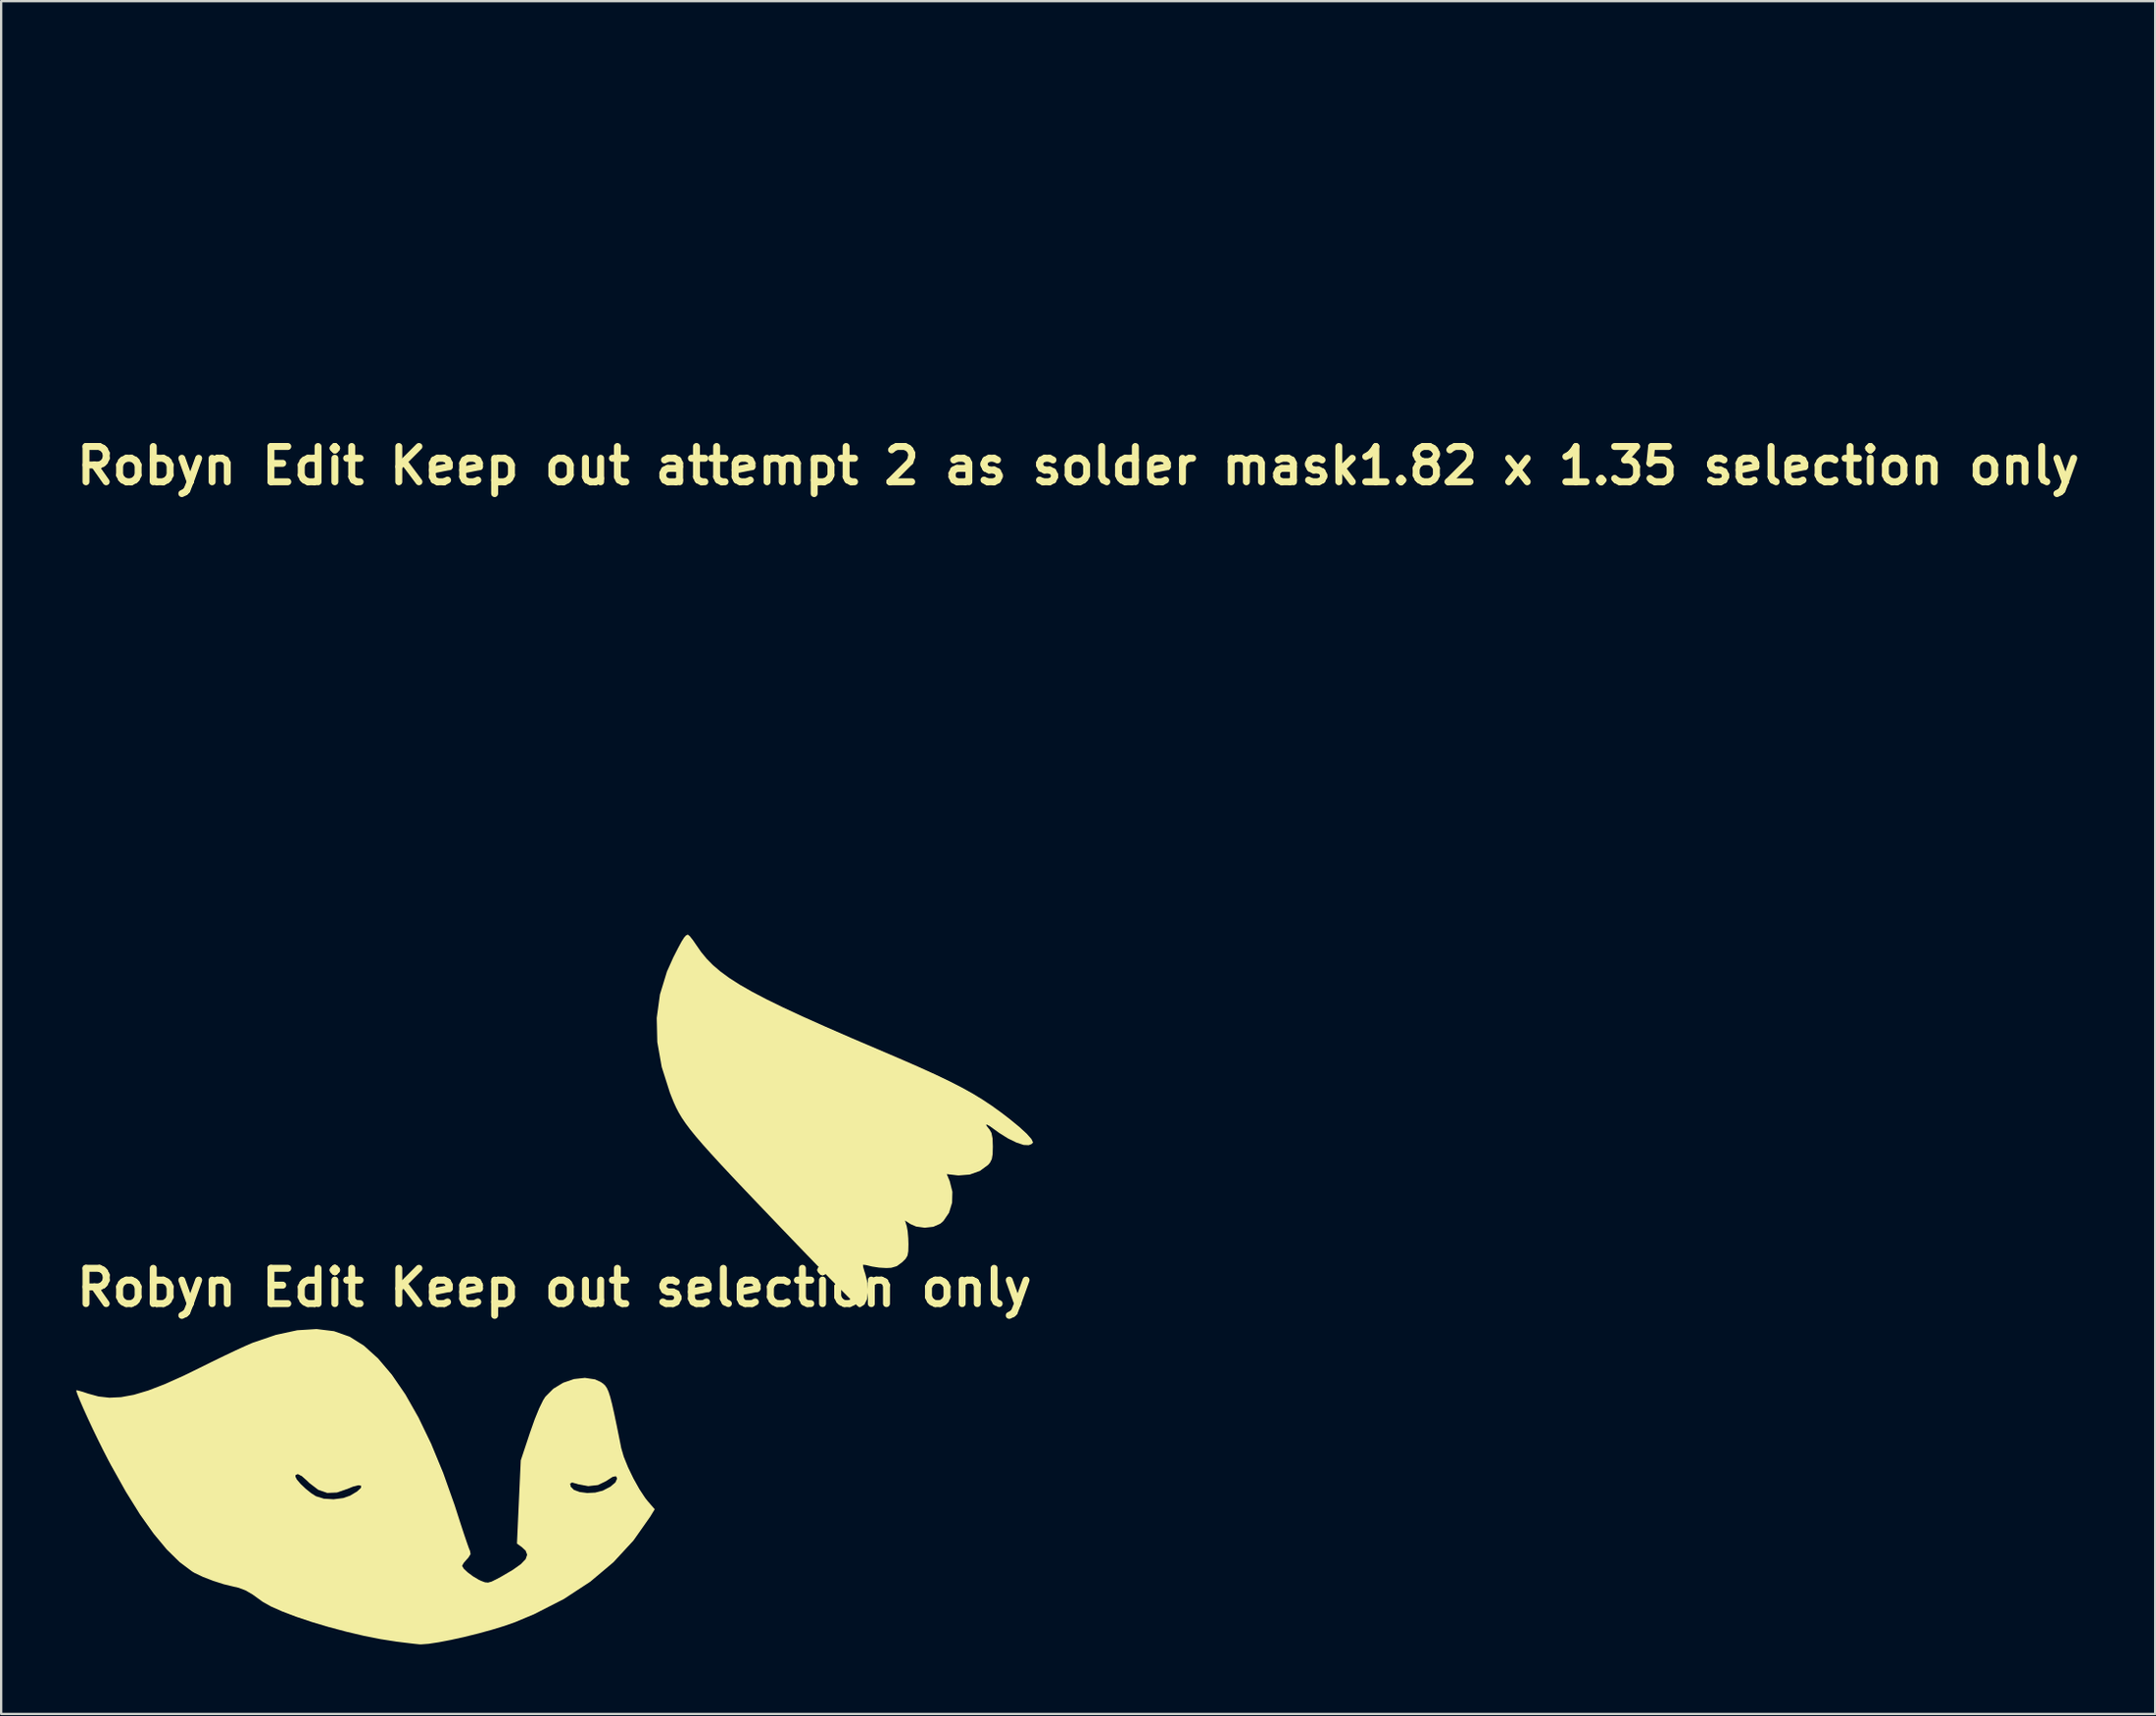
<source format=kicad_pcb>
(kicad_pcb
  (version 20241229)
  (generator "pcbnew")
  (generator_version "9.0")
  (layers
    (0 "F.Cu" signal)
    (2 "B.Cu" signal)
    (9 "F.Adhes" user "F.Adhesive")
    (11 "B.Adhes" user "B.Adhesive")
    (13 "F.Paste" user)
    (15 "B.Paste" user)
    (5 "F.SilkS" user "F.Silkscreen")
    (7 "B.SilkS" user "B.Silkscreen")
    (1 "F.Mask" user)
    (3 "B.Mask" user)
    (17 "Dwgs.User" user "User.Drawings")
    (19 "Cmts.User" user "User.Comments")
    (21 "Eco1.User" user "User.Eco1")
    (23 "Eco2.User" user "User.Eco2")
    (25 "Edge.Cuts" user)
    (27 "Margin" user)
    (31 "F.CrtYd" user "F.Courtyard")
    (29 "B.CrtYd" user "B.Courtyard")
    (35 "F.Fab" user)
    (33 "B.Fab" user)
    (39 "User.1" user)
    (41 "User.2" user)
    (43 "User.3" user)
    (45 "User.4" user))
  (footprint "Robyn Edit Keep out attempt 2 as solder mask1.82 x 1.35 selection only"
    (layer "F.Cu")
    (at 43.478 17.06)
    (property "Reference" "Robyn Edit Keep out attempt 2 as solder mask1.82 x 1.35 selection only" (at 0 0 0) (layer "F.SilkS") (effects (font (size 1.524 1.524) (thickness 0.3))))
    (attr board_only exclude_from_pos_files exclude_from_bom)
    (fp_poly (pts (xy 6.543 -16.986) (xy 6.695 -16.794) (xy 6.854 -16.562) (xy 7.09 -16.222) (xy 7.355 -15.9) (xy 7.662 -15.588) (xy 8.022 -15.279) (xy 8.447 -14.967) (xy 8.952 -14.644) (xy 9.547 -14.303) (xy 10.246 -13.937) (xy 11.061 -13.539) (xy 12.003 -13.101) (xy 13.087 -12.616) (xy 14.324 -12.077) (xy 15.609 -11.528) (xy 16.69 -11.065) (xy 17.615 -10.66) (xy 18.407 -10.3) (xy 19.088 -9.976) (xy 19.679 -9.674) (xy 20.202 -9.383) (xy 20.679 -9.093) (xy 21.131 -8.792) (xy 21.581 -8.467) (xy 21.963 -8.176) (xy 22.452 -7.778) (xy 22.817 -7.443) (xy 23.046 -7.184) (xy 23.125 -7.013) (xy 23.125 -7.012) (xy 23.046 -6.936) (xy 22.914 -6.885) (xy 22.67 -6.897) (xy 22.323 -7.012) (xy 21.917 -7.211) (xy 21.492 -7.475) (xy 21.301 -7.614) (xy 21.03 -7.809) (xy 20.881 -7.887) (xy 20.863 -7.848) (xy 20.982 -7.69) (xy 21.017 -7.651) (xy 21.116 -7.479) (xy 21.168 -7.21) (xy 21.182 -6.822) (xy 21.172 -6.454) (xy 21.132 -6.214) (xy 21.045 -6.041) (xy 20.955 -5.934) (xy 20.561 -5.641) (xy 20.065 -5.464) (xy 19.529 -5.423) (xy 19.429 -5.432) (xy 18.956 -5.488) (xy 19.098 -5.149) (xy 19.229 -4.633) (xy 19.215 -4.107) (xy 19.066 -3.62) (xy 18.793 -3.221) (xy 18.64 -3.087) (xy 18.306 -2.941) (xy 17.892 -2.896) (xy 17.479 -2.952) (xy 17.198 -3.074) (xy 16.939 -3.244) (xy 17.022 -2.972) (xy 17.068 -2.731) (xy 17.098 -2.385) (xy 17.106 -2.101) (xy 17.099 -1.762) (xy 17.059 -1.547) (xy 16.965 -1.388) (xy 16.798 -1.224) (xy 16.542 -1.038) (xy 16.272 -0.959) (xy 16.039 -0.948) (xy 15.684 -0.969) (xy 15.347 -1.02) (xy 15.265 -1.041) (xy 15.042 -1.095) (xy 14.916 -1.106) (xy 14.909 -1.103) (xy 14.919 -1.004) (xy 14.98 -0.789) (xy 15.021 -0.666) (xy 15.133 -0.22) (xy 15.159 0.2) (xy 15.105 0.558) (xy 14.978 0.818) (xy 14.785 0.942) (xy 14.725 0.948) (xy 14.642 0.881) (xy 14.442 0.692) (xy 14.14 0.394) (xy 13.749 0.001) (xy 13.284 -0.472) (xy 12.758 -1.011) (xy 12.187 -1.603) (xy 11.883 -1.919) (xy 10.886 -2.959) (xy 10.011 -3.873) (xy 9.25 -4.672) (xy 8.593 -5.366) (xy 8.031 -5.967) (xy 7.556 -6.486) (xy 7.158 -6.932) (xy 6.828 -7.317) (xy 6.557 -7.652) (xy 6.336 -7.947) (xy 6.156 -8.214) (xy 6.009 -8.462) (xy 5.884 -8.702) (xy 5.773 -8.946) (xy 5.667 -9.204) (xy 5.582 -9.422) (xy 5.186 -10.665) (xy 4.974 -11.867) (xy 4.945 -13.033) (xy 5.101 -14.168) (xy 5.44 -15.278) (xy 5.746 -15.958) (xy 5.982 -16.42) (xy 6.153 -16.736) (xy 6.277 -16.93) (xy 6.37 -17.03) (xy 6.448 -17.06) (xy 6.453 -17.06)) (stroke (width 0) (type solid)) (fill yes) (layer "F.Mask"))
    (fp_poly (pts (xy -10.643 2.104) (xy -9.891 2.369) (xy -9.881 2.374) (xy -9.197 2.805) (xy -8.518 3.418) (xy -7.85 4.206) (xy -7.196 5.161) (xy -6.561 6.275) (xy -5.951 7.542) (xy -5.368 8.954) (xy -4.819 10.503) (xy -4.691 10.899) (xy -4.518 11.439) (xy -4.359 11.923) (xy -4.224 12.32) (xy -4.125 12.598) (xy -4.074 12.721) (xy -4.046 12.875) (xy -4.156 13.053) (xy -4.219 13.119) (xy -4.377 13.301) (xy -4.453 13.435) (xy -4.454 13.445) (xy -4.379 13.577) (xy -4.186 13.759) (xy -3.926 13.952) (xy -3.647 14.118) (xy -3.529 14.173) (xy -3.351 14.24) (xy -3.202 14.254) (xy -3.028 14.205) (xy -2.776 14.08) (xy -2.569 13.967) (xy -2.007 13.638) (xy -1.615 13.359) (xy -1.386 13.119) (xy -1.312 12.908) (xy -1.384 12.712) (xy -1.566 12.542) (xy -1.805 12.367) (xy -1.673 9.465) (xy 0.764 9.465) (xy 0.789 9.612) (xy 0.943 9.77) (xy 1.226 9.876) (xy 1.588 9.923) (xy 1.973 9.904) (xy 2.329 9.812) (xy 2.345 9.806) (xy 2.711 9.616) (xy 2.95 9.412) (xy 3.033 9.226) (xy 2.98 9.112) (xy 2.817 9.143) (xy 2.54 9.32) (xy 2.51 9.343) (xy 2.11 9.537) (xy 1.635 9.591) (xy 1.145 9.499) (xy 1.1 9.482) (xy 0.861 9.417) (xy 0.764 9.465) (xy -1.673 9.465) (xy -1.622 8.348) (xy -1.175 7.005) (xy -0.949 6.365) (xy -0.734 5.834) (xy -0.542 5.441) (xy -0.435 5.272) (xy -0.05 4.885) (xy 0.427 4.595) (xy 0.951 4.415) (xy 1.478 4.356) (xy 1.964 4.431) (xy 2.234 4.554) (xy 2.35 4.632) (xy 2.448 4.722) (xy 2.534 4.847) (xy 2.616 5.026) (xy 2.699 5.28) (xy 2.79 5.631) (xy 2.895 6.098) (xy 3.022 6.703) (xy 3.176 7.467) (xy 3.233 7.755) (xy 3.355 8.172) (xy 3.561 8.68) (xy 3.822 9.221) (xy 4.107 9.734) (xy 4.387 10.161) (xy 4.503 10.307) (xy 4.849 10.71) (xy 4.633 11.065) (xy 3.822 12.22) (xy 2.856 13.269) (xy 1.734 14.211) (xy 0.456 15.049) (xy -0.979 15.782) (xy -1.894 16.164) (xy -2.406 16.344) (xy -3.008 16.529) (xy -3.663 16.709) (xy -4.334 16.876) (xy -4.984 17.021) (xy -5.576 17.136) (xy -6.073 17.212) (xy -6.437 17.24) (xy -6.51 17.239) (xy -6.674 17.222) (xy -6.976 17.187) (xy -7.367 17.139) (xy -7.636 17.105) (xy -8.39 16.987) (xy -9.206 16.825) (xy -10.052 16.626) (xy -10.898 16.4) (xy -11.715 16.156) (xy -12.472 15.903) (xy -13.14 15.651) (xy -13.688 15.408) (xy -14.086 15.183) (xy -14.158 15.131) (xy -14.578 14.828) (xy -14.923 14.629) (xy -15.248 14.505) (xy -15.499 14.447) (xy -15.965 14.334) (xy -16.482 14.169) (xy -16.979 13.976) (xy -17.385 13.782) (xy -17.495 13.718) (xy -18.103 13.26) (xy -18.722 12.652) (xy -19.358 11.887) (xy -20.016 10.958) (xy -20.7 9.858) (xy -21.11 9.127) (xy -12.51 9.127) (xy -12.44 9.271) (xy -12.26 9.481) (xy -12.013 9.716) (xy -11.745 9.932) (xy -11.515 10.079) (xy -11.132 10.198) (xy -10.666 10.228) (xy -10.199 10.169) (xy -9.87 10.053) (xy -9.528 9.849) (xy -9.35 9.683) (xy -9.328 9.576) (xy -9.459 9.547) (xy -9.736 9.617) (xy -9.966 9.714) (xy -10.499 9.9) (xy -10.969 9.92) (xy -11.405 9.768) (xy -11.84 9.436) (xy -11.945 9.332) (xy -12.2 9.106) (xy -12.391 9.01) (xy -12.496 9.052) (xy -12.51 9.127) (xy -21.11 9.127) (xy -21.416 8.581) (xy -21.557 8.315) (xy -21.792 7.86) (xy -22.04 7.359) (xy -22.29 6.84) (xy -22.527 6.333) (xy -22.74 5.866) (xy -22.914 5.467) (xy -23.036 5.166) (xy -23.094 4.991) (xy -23.094 4.96) (xy -22.997 4.973) (xy -22.773 5.037) (xy -22.529 5.119) (xy -22.021 5.259) (xy -21.496 5.318) (xy -20.934 5.293) (xy -20.314 5.179) (xy -19.617 4.97) (xy -18.822 4.664) (xy -17.909 4.253) (xy -17.149 3.883) (xy -16.55 3.586) (xy -15.962 3.301) (xy -15.422 3.045) (xy -14.968 2.836) (xy -14.635 2.69) (xy -14.567 2.662) (xy -13.444 2.279) (xy -12.418 2.059) (xy -11.485 2)) (stroke (width 0) (type solid)) (fill yes) (layer "F.Mask")))
  (footprint "Robyn Edit Keep out selection only"
    (layer "F.Cu")
    (at 20.872 52.54)
    (property "Reference" "Robyn Edit Keep out selection only" (at 0 0 0) (layer "F.SilkS") (effects (font (size 1.524 1.524) (thickness 0.3))))
    (attr board_only exclude_from_pos_files exclude_from_bom)
    (fp_poly (pts (xy 5.845 -15.174) (xy 5.981 -15.003) (xy 6.123 -14.796) (xy 6.334 -14.492) (xy 6.571 -14.204) (xy 6.844 -13.925) (xy 7.166 -13.65) (xy 7.546 -13.371) (xy 7.997 -13.082) (xy 8.529 -12.778) (xy 9.153 -12.451) (xy 9.881 -12.094) (xy 10.723 -11.703) (xy 11.691 -11.27) (xy 12.796 -10.789) (xy 13.944 -10.298) (xy 14.909 -9.885) (xy 15.736 -9.523) (xy 16.444 -9.202) (xy 17.052 -8.912) (xy 17.58 -8.642) (xy 18.047 -8.383) (xy 18.473 -8.123) (xy 18.877 -7.854) (xy 19.279 -7.564) (xy 19.62 -7.304) (xy 20.057 -6.948) (xy 20.383 -6.649) (xy 20.587 -6.418) (xy 20.659 -6.265) (xy 20.659 -6.264) (xy 20.588 -6.196) (xy 20.47 -6.151) (xy 20.252 -6.161) (xy 19.942 -6.264) (xy 19.579 -6.441) (xy 19.2 -6.678) (xy 19.029 -6.802) (xy 18.787 -6.976) (xy 18.654 -7.046) (xy 18.637 -7.011) (xy 18.744 -6.87) (xy 18.775 -6.835) (xy 18.863 -6.681) (xy 18.91 -6.441) (xy 18.923 -6.094) (xy 18.914 -5.765) (xy 18.878 -5.551) (xy 18.8 -5.396) (xy 18.72 -5.301) (xy 18.368 -5.04) (xy 17.925 -4.882) (xy 17.446 -4.845) (xy 17.357 -4.853) (xy 16.934 -4.903) (xy 17.061 -4.6) (xy 17.178 -4.138) (xy 17.165 -3.669) (xy 17.032 -3.234) (xy 16.789 -2.877) (xy 16.652 -2.758) (xy 16.353 -2.627) (xy 15.983 -2.587) (xy 15.614 -2.637) (xy 15.364 -2.746) (xy 15.132 -2.898) (xy 15.207 -2.655) (xy 15.247 -2.439) (xy 15.274 -2.131) (xy 15.282 -1.877) (xy 15.275 -1.575) (xy 15.24 -1.382) (xy 15.155 -1.24) (xy 15.006 -1.094) (xy 14.778 -0.927) (xy 14.536 -0.857) (xy 14.328 -0.847) (xy 14.011 -0.865) (xy 13.71 -0.912) (xy 13.636 -0.93) (xy 13.438 -0.978) (xy 13.325 -0.988) (xy 13.319 -0.985) (xy 13.327 -0.897) (xy 13.382 -0.704) (xy 13.419 -0.595) (xy 13.519 -0.196) (xy 13.542 0.179) (xy 13.494 0.499) (xy 13.381 0.73) (xy 13.208 0.842) (xy 13.155 0.847) (xy 13.08 0.787) (xy 12.902 0.618) (xy 12.632 0.352) (xy 12.282 0.001) (xy 11.867 -0.422) (xy 11.398 -0.903) (xy 10.887 -1.432) (xy 10.615 -1.714) (xy 9.724 -2.643) (xy 8.943 -3.46) (xy 8.263 -4.173) (xy 7.676 -4.794) (xy 7.174 -5.331) (xy 6.75 -5.794) (xy 6.394 -6.193) (xy 6.099 -6.537) (xy 5.857 -6.836) (xy 5.66 -7.1) (xy 5.5 -7.337) (xy 5.368 -7.559) (xy 5.256 -7.774) (xy 5.157 -7.992) (xy 5.063 -8.223) (xy 4.987 -8.417) (xy 4.633 -9.528) (xy 4.443 -10.602) (xy 4.418 -11.643) (xy 4.557 -12.657) (xy 4.86 -13.648) (xy 5.133 -14.256) (xy 5.344 -14.669) (xy 5.497 -14.951) (xy 5.608 -15.125) (xy 5.691 -15.213) (xy 5.76 -15.24) (xy 5.765 -15.24)) (stroke (width 0) (type solid)) (fill yes) (layer "F.SilkS"))
    (fp_poly (pts (xy -9.508 1.879) (xy -8.836 2.116) (xy -8.827 2.12) (xy -8.216 2.506) (xy -7.61 3.053) (xy -7.012 3.757) (xy -6.428 4.61) (xy -5.862 5.606) (xy -5.316 6.738) (xy -4.796 7.999) (xy -4.305 9.383) (xy -4.191 9.737) (xy -4.036 10.219) (xy -3.894 10.651) (xy -3.773 11.006) (xy -3.685 11.254) (xy -3.639 11.364) (xy -3.614 11.502) (xy -3.713 11.661) (xy -3.769 11.72) (xy -3.91 11.882) (xy -3.978 12.002) (xy -3.979 12.011) (xy -3.912 12.129) (xy -3.74 12.291) (xy -3.507 12.464) (xy -3.258 12.612) (xy -3.153 12.661) (xy -2.993 12.721) (xy -2.86 12.733) (xy -2.705 12.689) (xy -2.48 12.578) (xy -2.295 12.477) (xy -1.793 12.183) (xy -1.443 11.934) (xy -1.238 11.72) (xy -1.172 11.531) (xy -1.237 11.356) (xy -1.399 11.204) (xy -1.613 11.048) (xy -1.531 9.253) (xy -1.495 8.455) (xy 0.683 8.455) (xy 0.705 8.587) (xy 0.842 8.728) (xy 1.095 8.823) (xy 1.418 8.864) (xy 1.763 8.847) (xy 2.081 8.766) (xy 2.095 8.76) (xy 2.422 8.59) (xy 2.635 8.408) (xy 2.709 8.242) (xy 2.662 8.14) (xy 2.517 8.168) (xy 2.269 8.326) (xy 2.242 8.347) (xy 1.885 8.52) (xy 1.461 8.568) (xy 1.023 8.485) (xy 0.983 8.471) (xy 0.769 8.412) (xy 0.683 8.455) (xy -1.495 8.455) (xy -1.449 7.458) (xy -1.05 6.258) (xy -0.848 5.686) (xy -0.655 5.211) (xy -0.484 4.86) (xy -0.388 4.709) (xy -0.044 4.364) (xy 0.381 4.105) (xy 0.849 3.944) (xy 1.32 3.892) (xy 1.755 3.958) (xy 1.996 4.068) (xy 2.099 4.138) (xy 2.187 4.219) (xy 2.264 4.33) (xy 2.337 4.49) (xy 2.411 4.717) (xy 2.492 5.03) (xy 2.586 5.448) (xy 2.699 5.988) (xy 2.837 6.67) (xy 2.888 6.928) (xy 2.997 7.3) (xy 3.181 7.754) (xy 3.414 8.238) (xy 3.669 8.696) (xy 3.919 9.077) (xy 4.023 9.208) (xy 4.332 9.568) (xy 4.139 9.885) (xy 3.414 10.917) (xy 2.551 11.853) (xy 1.549 12.696) (xy 0.407 13.444) (xy -0.875 14.099) (xy -1.692 14.44) (xy -2.149 14.601) (xy -2.687 14.766) (xy -3.272 14.927) (xy -3.872 15.076) (xy -4.452 15.206) (xy -4.981 15.308) (xy -5.425 15.376) (xy -5.75 15.401) (xy -5.816 15.4) (xy -5.962 15.385) (xy -6.232 15.354) (xy -6.581 15.311) (xy -6.821 15.281) (xy -7.495 15.175) (xy -8.224 15.03) (xy -8.979 14.852) (xy -9.736 14.65) (xy -10.465 14.433) (xy -11.142 14.207) (xy -11.738 13.981) (xy -12.228 13.764) (xy -12.584 13.564) (xy -12.648 13.517) (xy -13.023 13.246) (xy -13.331 13.068) (xy -13.621 12.958) (xy -13.846 12.906) (xy -14.262 12.805) (xy -14.724 12.657) (xy -15.168 12.485) (xy -15.531 12.312) (xy -15.628 12.254) (xy -16.172 11.846) (xy -16.725 11.303) (xy -17.293 10.619) (xy -17.881 9.789) (xy -18.492 8.807) (xy -18.858 8.153) (xy -11.176 8.153) (xy -11.113 8.282) (xy -10.952 8.47) (xy -10.732 8.68) (xy -10.492 8.873) (xy -10.287 9.004) (xy -9.945 9.111) (xy -9.528 9.137) (xy -9.111 9.084) (xy -8.817 8.981) (xy -8.512 8.798) (xy -8.352 8.65) (xy -8.333 8.554) (xy -8.45 8.529) (xy -8.697 8.592) (xy -8.903 8.678) (xy -9.379 8.844) (xy -9.799 8.862) (xy -10.189 8.726) (xy -10.577 8.43) (xy -10.671 8.336) (xy -10.899 8.135) (xy -11.069 8.049) (xy -11.163 8.086) (xy -11.176 8.153) (xy -18.858 8.153) (xy -19.131 7.666) (xy -19.258 7.428) (xy -19.467 7.022) (xy -19.689 6.574) (xy -19.912 6.111) (xy -20.124 5.658) (xy -20.314 5.24) (xy -20.469 4.884) (xy -20.579 4.615) (xy -20.63 4.459) (xy -20.631 4.431) (xy -20.544 4.443) (xy -20.344 4.5) (xy -20.126 4.573) (xy -19.672 4.698) (xy -19.203 4.751) (xy -18.701 4.728) (xy -18.148 4.626) (xy -17.525 4.44) (xy -16.814 4.166) (xy -15.998 3.8) (xy -15.32 3.469) (xy -14.784 3.204) (xy -14.259 2.949) (xy -13.777 2.72) (xy -13.371 2.533) (xy -13.074 2.403) (xy -13.013 2.378) (xy -12.01 2.036) (xy -11.093 1.839) (xy -10.26 1.787)) (stroke (width 0) (type solid)) (fill yes) (layer "F.SilkS")))
  (gr_rect
    (start -3 -3)
    (end 89.955 70.942)
    (stroke (width 0.1) (type default))
    (fill no)
    (layer "Edge.Cuts")))
</source>
